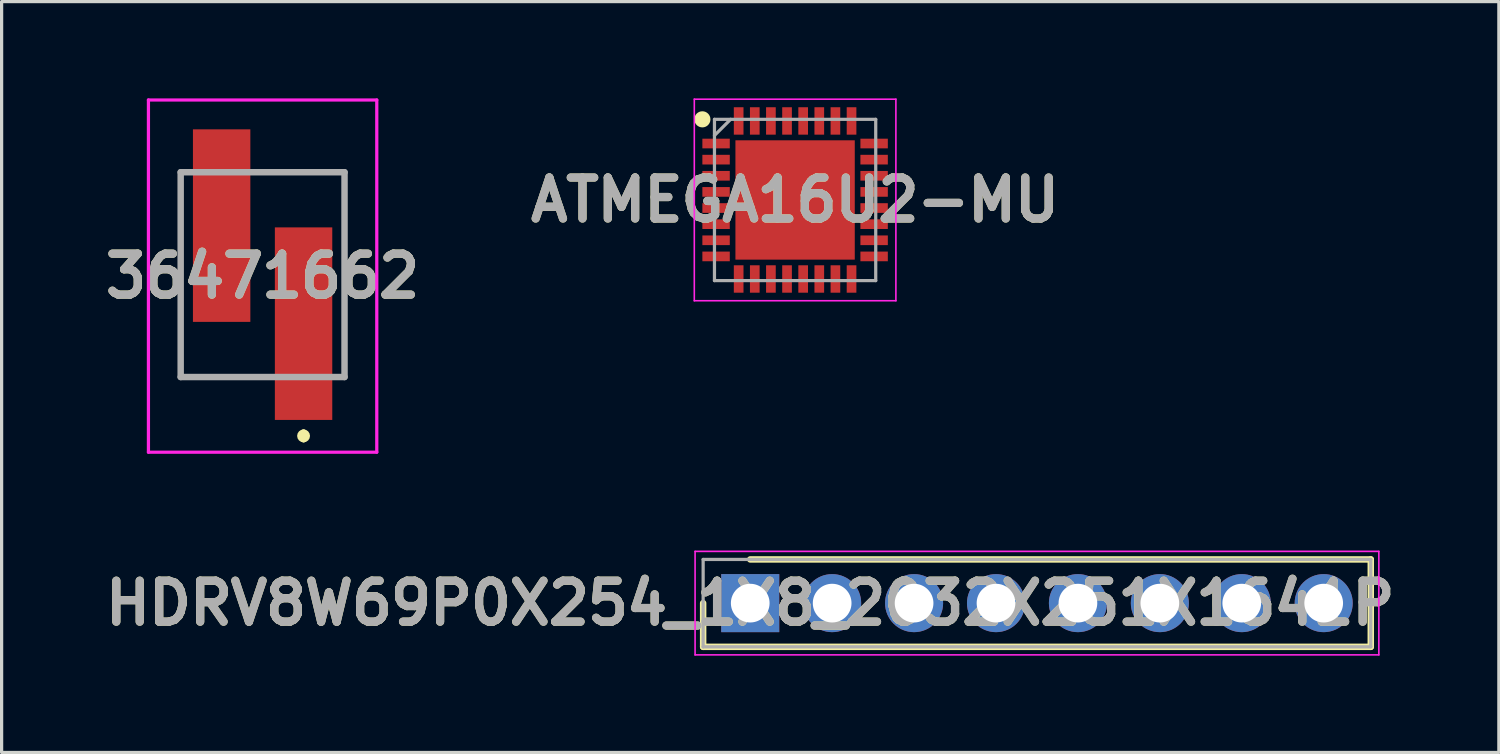
<source format=kicad_pcb>
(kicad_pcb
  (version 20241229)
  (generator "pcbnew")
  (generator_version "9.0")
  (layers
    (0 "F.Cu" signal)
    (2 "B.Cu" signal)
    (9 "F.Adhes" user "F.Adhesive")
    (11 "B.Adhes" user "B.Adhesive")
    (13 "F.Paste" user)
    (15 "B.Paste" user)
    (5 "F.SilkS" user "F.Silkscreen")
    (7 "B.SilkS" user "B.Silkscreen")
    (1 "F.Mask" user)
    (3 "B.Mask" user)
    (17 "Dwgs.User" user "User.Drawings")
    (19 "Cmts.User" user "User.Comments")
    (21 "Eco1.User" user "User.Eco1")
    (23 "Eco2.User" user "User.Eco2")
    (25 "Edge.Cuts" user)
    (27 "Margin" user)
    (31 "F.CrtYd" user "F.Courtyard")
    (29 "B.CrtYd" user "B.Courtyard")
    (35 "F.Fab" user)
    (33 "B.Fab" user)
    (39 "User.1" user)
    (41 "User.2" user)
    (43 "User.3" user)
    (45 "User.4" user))
  (footprint "ATMEGA16U2-MU"
    (layer "F.Cu")
    (at 21.602 3.15)
    (property "Reference" "ATMEGA16U2-MU" (at 0 0 0) (layer "F.SilkS") (effects (font (size 1.27 1.27) (thickness 0.254))))
    (attr smd)
    (fp_circle (center -2.875 -2.5) (end -2.875 -2.375) (stroke (width 0.25) (type solid)) (fill no) (layer "F.SilkS"))
    (fp_line (start -3.125 -3.125) (end 3.125 -3.125) (stroke (width 0.05) (type solid)) (layer "F.CrtYd"))
    (fp_line (start -3.125 3.125) (end -3.125 -3.125) (stroke (width 0.05) (type solid)) (layer "F.CrtYd"))
    (fp_line (start 3.125 -3.125) (end 3.125 3.125) (stroke (width 0.05) (type solid)) (layer "F.CrtYd"))
    (fp_line (start 3.125 3.125) (end -3.125 3.125) (stroke (width 0.05) (type solid)) (layer "F.CrtYd"))
    (fp_line (start -2.5 -2.5) (end 2.5 -2.5) (stroke (width 0.1) (type solid)) (layer "F.Fab"))
    (fp_line (start -2.5 -2) (end -2 -2.5) (stroke (width 0.1) (type solid)) (layer "F.Fab"))
    (fp_line (start -2.5 2.5) (end -2.5 -2.5) (stroke (width 0.1) (type solid)) (layer "F.Fab"))
    (fp_line (start 2.5 -2.5) (end 2.5 2.5) (stroke (width 0.1) (type solid)) (layer "F.Fab"))
    (fp_line (start 2.5 2.5) (end -2.5 2.5) (stroke (width 0.1) (type solid)) (layer "F.Fab"))
    (fp_text user "${REFERENCE}" (at 0 0 0) (layer "F.Fab") (effects (font (size 1.27 1.27) (thickness 0.254))))
    (pad "1" smd rect (at -2.45 -1.75 90) (size 0.3 0.85) (layers "F.Cu" "F.Mask" "F.Paste"))
    (pad "2" smd rect (at -2.45 -1.25 90) (size 0.3 0.85) (layers "F.Cu" "F.Mask" "F.Paste"))
    (pad "3" smd rect (at -2.45 -0.75 90) (size 0.3 0.85) (layers "F.Cu" "F.Mask" "F.Paste"))
    (pad "4" smd rect (at -2.45 -0.25 90) (size 0.3 0.85) (layers "F.Cu" "F.Mask" "F.Paste"))
    (pad "5" smd rect (at -2.45 0.25 90) (size 0.3 0.85) (layers "F.Cu" "F.Mask" "F.Paste"))
    (pad "6" smd rect (at -2.45 0.75 90) (size 0.3 0.85) (layers "F.Cu" "F.Mask" "F.Paste"))
    (pad "7" smd rect (at -2.45 1.25 90) (size 0.3 0.85) (layers "F.Cu" "F.Mask" "F.Paste"))
    (pad "8" smd rect (at -2.45 1.75 90) (size 0.3 0.85) (layers "F.Cu" "F.Mask" "F.Paste"))
    (pad "9" smd rect (at -1.75 2.45) (size 0.3 0.85) (layers "F.Cu" "F.Mask" "F.Paste"))
    (pad "10" smd rect (at -1.25 2.45) (size 0.3 0.85) (layers "F.Cu" "F.Mask" "F.Paste"))
    (pad "11" smd rect (at -0.75 2.45) (size 0.3 0.85) (layers "F.Cu" "F.Mask" "F.Paste"))
    (pad "12" smd rect (at -0.25 2.45) (size 0.3 0.85) (layers "F.Cu" "F.Mask" "F.Paste"))
    (pad "13" smd rect (at 0.25 2.45) (size 0.3 0.85) (layers "F.Cu" "F.Mask" "F.Paste"))
    (pad "14" smd rect (at 0.75 2.45) (size 0.3 0.85) (layers "F.Cu" "F.Mask" "F.Paste"))
    (pad "15" smd rect (at 1.25 2.45) (size 0.3 0.85) (layers "F.Cu" "F.Mask" "F.Paste"))
    (pad "16" smd rect (at 1.75 2.45) (size 0.3 0.85) (layers "F.Cu" "F.Mask" "F.Paste"))
    (pad "17" smd rect (at 2.45 1.75 90) (size 0.3 0.85) (layers "F.Cu" "F.Mask" "F.Paste"))
    (pad "18" smd rect (at 2.45 1.25 90) (size 0.3 0.85) (layers "F.Cu" "F.Mask" "F.Paste"))
    (pad "19" smd rect (at 2.45 0.75 90) (size 0.3 0.85) (layers "F.Cu" "F.Mask" "F.Paste"))
    (pad "20" smd rect (at 2.45 0.25 90) (size 0.3 0.85) (layers "F.Cu" "F.Mask" "F.Paste"))
    (pad "21" smd rect (at 2.45 -0.25 90) (size 0.3 0.85) (layers "F.Cu" "F.Mask" "F.Paste"))
    (pad "22" smd rect (at 2.45 -0.75 90) (size 0.3 0.85) (layers "F.Cu" "F.Mask" "F.Paste"))
    (pad "23" smd rect (at 2.45 -1.25 90) (size 0.3 0.85) (layers "F.Cu" "F.Mask" "F.Paste"))
    (pad "24" smd rect (at 2.45 -1.75 90) (size 0.3 0.85) (layers "F.Cu" "F.Mask" "F.Paste"))
    (pad "25" smd rect (at 1.75 -2.45) (size 0.3 0.85) (layers "F.Cu" "F.Mask" "F.Paste"))
    (pad "26" smd rect (at 1.25 -2.45) (size 0.3 0.85) (layers "F.Cu" "F.Mask" "F.Paste"))
    (pad "27" smd rect (at 0.75 -2.45) (size 0.3 0.85) (layers "F.Cu" "F.Mask" "F.Paste"))
    (pad "28" smd rect (at 0.25 -2.45) (size 0.3 0.85) (layers "F.Cu" "F.Mask" "F.Paste"))
    (pad "29" smd rect (at -0.25 -2.45) (size 0.3 0.85) (layers "F.Cu" "F.Mask" "F.Paste"))
    (pad "30" smd rect (at -0.75 -2.45) (size 0.3 0.85) (layers "F.Cu" "F.Mask" "F.Paste"))
    (pad "31" smd rect (at -1.25 -2.45) (size 0.3 0.85) (layers "F.Cu" "F.Mask" "F.Paste"))
    (pad "32" smd rect (at -1.75 -2.45) (size 0.3 0.85) (layers "F.Cu" "F.Mask" "F.Paste"))
    (pad "33" smd rect (at 0 0) (size 3.7 3.7) (layers "F.Cu" "F.Mask" "F.Paste")))
  (footprint "HDRV8W69P0X254_1X8_2032X251X1641P"
    (layer "F.Cu")
    (at 20.211 15.65)
    (property "Reference" "HDRV8W69P0X254_1X8_2032X251X1641P" (at 0 0 0) (layer "F.SilkS") (effects (font (size 1.27 1.27) (thickness 0.254))))
    (attr through_hole)
    (fp_line (start -1.46 0) (end -1.46 1.355) (stroke (width 0.2) (type solid)) (layer "F.SilkS"))
    (fp_line (start -1.46 1.355) (end 19.24 1.355) (stroke (width 0.2) (type solid)) (layer "F.SilkS"))
    (fp_line (start 19.24 -1.355) (end 0 -1.355) (stroke (width 0.2) (type solid)) (layer "F.SilkS"))
    (fp_line (start 19.24 1.355) (end 19.24 -1.355) (stroke (width 0.2) (type solid)) (layer "F.SilkS"))
    (fp_line (start -1.71 -1.605) (end 19.49 -1.605) (stroke (width 0.05) (type solid)) (layer "F.CrtYd"))
    (fp_line (start -1.71 1.605) (end -1.71 -1.605) (stroke (width 0.05) (type solid)) (layer "F.CrtYd"))
    (fp_line (start 19.49 -1.605) (end 19.49 1.605) (stroke (width 0.05) (type solid)) (layer "F.CrtYd"))
    (fp_line (start 19.49 1.605) (end -1.71 1.605) (stroke (width 0.05) (type solid)) (layer "F.CrtYd"))
    (fp_line (start -1.46 -1.355) (end 19.24 -1.355) (stroke (width 0.1) (type solid)) (layer "F.Fab"))
    (fp_line (start -1.46 1.355) (end -1.46 -1.355) (stroke (width 0.1) (type solid)) (layer "F.Fab"))
    (fp_line (start 19.24 -1.355) (end 19.24 1.355) (stroke (width 0.1) (type solid)) (layer "F.Fab"))
    (fp_line (start 19.24 1.355) (end -1.46 1.355) (stroke (width 0.1) (type solid)) (layer "F.Fab"))
    (fp_text user "${REFERENCE}" (at 0 0 0) (layer "F.Fab") (effects (font (size 1.27 1.27) (thickness 0.254))))
    (pad "1" thru_hole rect (at 0 0) (size 1.8 1.8) (drill 1.2) (layers "*.Cu" "*.Mask"))
    (pad "2" thru_hole circle (at 2.54 0) (size 1.8 1.8) (drill 1.2) (layers "*.Cu" "*.Mask"))
    (pad "3" thru_hole circle (at 5.08 0) (size 1.8 1.8) (drill 1.2) (layers "*.Cu" "*.Mask"))
    (pad "4" thru_hole circle (at 7.62 0) (size 1.8 1.8) (drill 1.2) (layers "*.Cu" "*.Mask"))
    (pad "5" thru_hole circle (at 10.16 0) (size 1.8 1.8) (drill 1.2) (layers "*.Cu" "*.Mask"))
    (pad "6" thru_hole circle (at 12.7 0) (size 1.8 1.8) (drill 1.2) (layers "*.Cu" "*.Mask"))
    (pad "7" thru_hole circle (at 15.24 0) (size 1.8 1.8) (drill 1.2) (layers "*.Cu" "*.Mask"))
    (pad "8" thru_hole circle (at 17.78 0) (size 1.8 1.8) (drill 1.2) (layers "*.Cu" "*.Mask")))
  (footprint "36471662"
    (layer "F.Cu")
    (at 5.092 5.465)
    (property "Reference" "36471662" (at 0 0.045 0) (layer "F.SilkS") (effects (font (size 1.27 1.27) (thickness 0.254))))
    (attr smd)
    (fp_line (start -2.54 3.175) (end -2.54 -3.175) (stroke (width 0.1) (type solid)) (layer "F.SilkS"))
    (fp_line (start 0 3.175) (end -2.54 3.175) (stroke (width 0.1) (type solid)) (layer "F.SilkS"))
    (fp_line (start 1.27 -3.175) (end 2.54 -3.175) (stroke (width 0.1) (type solid)) (layer "F.SilkS"))
    (fp_line (start 1.27 4.9) (end 1.27 4.9) (stroke (width 0.2) (type solid)) (layer "F.SilkS"))
    (fp_line (start 1.27 5.1) (end 1.27 5.1) (stroke (width 0.2) (type solid)) (layer "F.SilkS"))
    (fp_line (start 2.54 -3.175) (end 2.54 3.175) (stroke (width 0.1) (type solid)) (layer "F.SilkS"))
    (fp_arc (start 1.27 4.9) (mid 1.37 5) (end 1.27 5.1) (stroke (width 0.2) (type solid)) (layer "F.SilkS"))
    (fp_arc (start 1.27 5.1) (mid 1.17 5) (end 1.27 4.9) (stroke (width 0.2) (type solid)) (layer "F.SilkS"))
    (fp_line (start -3.54 -5.415) (end 3.54 -5.415) (stroke (width 0.1) (type solid)) (layer "F.CrtYd"))
    (fp_line (start -3.54 5.505) (end -3.54 -5.415) (stroke (width 0.1) (type solid)) (layer "F.CrtYd"))
    (fp_line (start 3.54 -5.415) (end 3.54 5.505) (stroke (width 0.1) (type solid)) (layer "F.CrtYd"))
    (fp_line (start 3.54 5.505) (end -3.54 5.505) (stroke (width 0.1) (type solid)) (layer "F.CrtYd"))
    (fp_line (start -2.54 -3.175) (end 2.54 -3.175) (stroke (width 0.2) (type solid)) (layer "F.Fab"))
    (fp_line (start -2.54 3.175) (end -2.54 -3.175) (stroke (width 0.2) (type solid)) (layer "F.Fab"))
    (fp_line (start 2.54 -3.175) (end 2.54 3.175) (stroke (width 0.2) (type solid)) (layer "F.Fab"))
    (fp_line (start 2.54 3.175) (end -2.54 3.175) (stroke (width 0.2) (type solid)) (layer "F.Fab"))
    (fp_text user "${REFERENCE}" (at 0 0.045 0) (layer "F.Fab") (effects (font (size 1.27 1.27) (thickness 0.254))))
    (pad "1" smd rect (at 1.27 1.52) (size 1.78 5.97) (layers "F.Cu" "F.Mask" "F.Paste"))
    (pad "2" smd rect (at -1.27 -1.52) (size 1.78 5.97) (layers "F.Cu" "F.Mask" "F.Paste")))
  (gr_rect
    (start -3 -3)
    (end 43.422 20.28)
    (stroke (width 0.1) (type default))
    (fill no)
    (layer "Edge.Cuts")))
</source>
